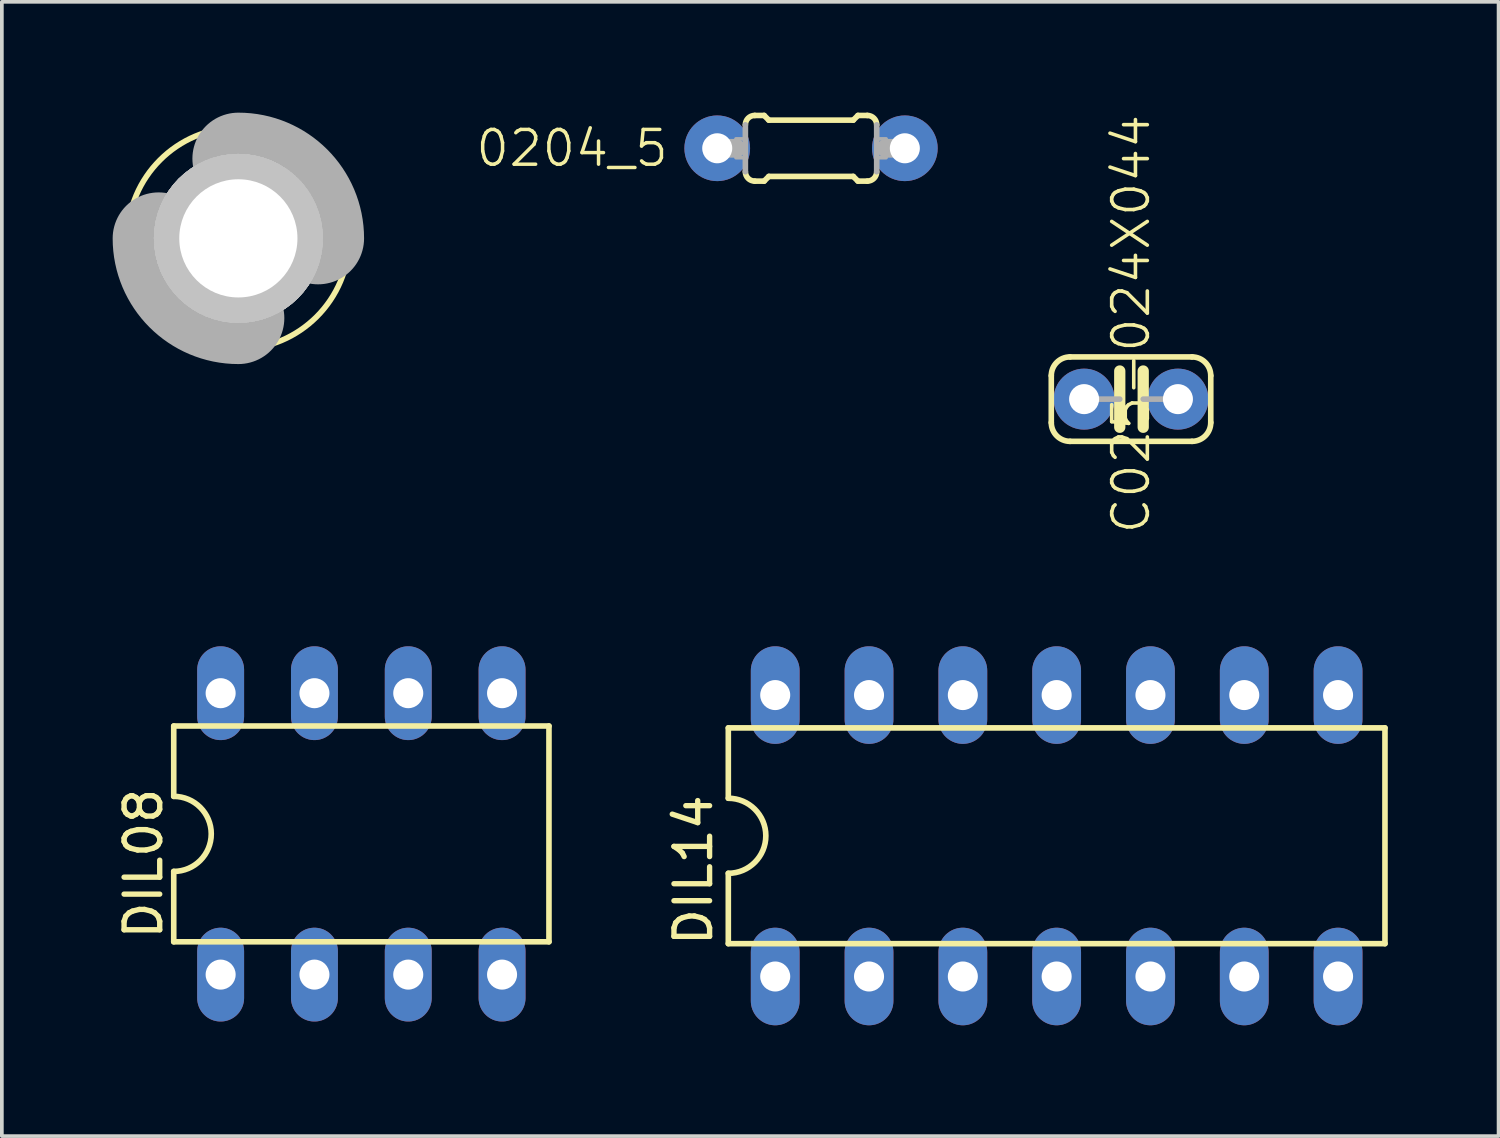
<source format=kicad_pcb>
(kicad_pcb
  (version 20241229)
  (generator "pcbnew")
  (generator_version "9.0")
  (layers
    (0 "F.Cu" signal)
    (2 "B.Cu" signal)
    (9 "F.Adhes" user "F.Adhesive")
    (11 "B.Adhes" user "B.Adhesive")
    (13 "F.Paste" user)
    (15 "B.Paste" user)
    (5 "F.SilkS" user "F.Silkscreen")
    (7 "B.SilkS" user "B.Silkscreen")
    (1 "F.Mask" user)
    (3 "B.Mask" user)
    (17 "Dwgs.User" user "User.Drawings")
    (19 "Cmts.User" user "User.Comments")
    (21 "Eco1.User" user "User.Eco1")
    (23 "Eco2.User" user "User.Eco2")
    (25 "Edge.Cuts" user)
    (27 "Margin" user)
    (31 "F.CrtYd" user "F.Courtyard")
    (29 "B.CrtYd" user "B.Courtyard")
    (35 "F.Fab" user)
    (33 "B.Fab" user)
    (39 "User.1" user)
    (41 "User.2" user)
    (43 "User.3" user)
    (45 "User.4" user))
  (footprint "3,2"
    (layer "F.Cu")
    (at 3.404 3.404)
    (property "Reference" "3,2" (at 0 0 0) (layer "F.SilkS") (effects (font (size 1.27 1.27) (thickness 0.15))))
    (attr through_hole)
    (fp_circle (center 0 0) (end 1.7 0) (stroke (width 0.203) (type solid)) (fill no) (layer "F.SilkS"))
    (fp_circle (center 0 0) (end 3 0) (stroke (width 0.152) (type solid)) (fill no) (layer "F.SilkS"))
    (fp_circle (center 0 0) (end 1.27 0) (stroke (width 2.032) (type solid)) (fill no) (layer "Dwgs.User"))
    (fp_circle (center 0 0) (end 1.27 0) (stroke (width 2.032) (type solid)) (fill no) (layer "Dwgs.User"))
    (fp_circle (center 0 0) (end 1.27 0) (stroke (width 2.032) (type solid)) (fill no) (layer "Dwgs.User"))
    (fp_circle (center 0 0) (end 1.27 0) (stroke (width 2.032) (type solid)) (fill no) (layer "Dwgs.User"))
    (fp_circle (center 0 0) (end 1.27 0) (stroke (width 2.032) (type solid)) (fill no) (layer "Dwgs.User"))
    (fp_arc (start 0 -2.159) (mid 1.526644 -1.526644) (end 2.159 0) (stroke (width 2.4892) (type solid)) (layer "F.Fab"))
    (fp_arc (start 0 2.159) (mid -1.526644 1.526644) (end -2.159 0) (stroke (width 2.4892) (type solid)) (layer "F.Fab"))
    (fp_circle (center 0 0) (end 0.762 0) (stroke (width 0.457) (type solid)) (fill no) (layer "F.Fab"))
    (pad "" np_thru_hole circle (at 0 0) (size 3.2 3.2) (drill 3.2) (layers "*.Cu" "*.Mask")))
  (footprint "DIL08"
    (layer "F.Cu")
    (at 6.734 19.529)
    (property "Reference" "DIL08" (at -5.334 2.921 90) (layer "F.SilkS") (effects (font (size 0.965 0.965) (thickness 0.145)) (justify left bottom)))
    (attr through_hole)
    (fp_line (start -5.08 -2.921) (end -5.08 -1.016) (stroke (width 0.152) (type solid)) (layer "F.SilkS"))
    (fp_line (start -5.08 2.921) (end -5.08 1.016) (stroke (width 0.152) (type solid)) (layer "F.SilkS"))
    (fp_line (start -5.08 2.921) (end 5.08 2.921) (stroke (width 0.152) (type solid)) (layer "F.SilkS"))
    (fp_line (start 5.08 -2.921) (end -5.08 -2.921) (stroke (width 0.152) (type solid)) (layer "F.SilkS"))
    (fp_line (start 5.08 -2.921) (end 5.08 2.921) (stroke (width 0.152) (type solid)) (layer "F.SilkS"))
    (fp_arc (start -5.08 -1.016) (mid -4.064 0) (end -5.08 1.016) (stroke (width 0.1524) (type solid)) (layer "F.SilkS"))
    (pad "1" thru_hole oval (at -3.81 3.81 90) (size 2.54 1.27) (drill 0.813) (layers "*.Cu" "*.Mask"))
    (pad "2" thru_hole oval (at -1.27 3.81 90) (size 2.54 1.27) (drill 0.813) (layers "*.Cu" "*.Mask"))
    (pad "3" thru_hole oval (at 1.27 3.81 90) (size 2.54 1.27) (drill 0.813) (layers "*.Cu" "*.Mask"))
    (pad "4" thru_hole oval (at 3.81 3.81 90) (size 2.54 1.27) (drill 0.813) (layers "*.Cu" "*.Mask"))
    (pad "5" thru_hole oval (at 3.81 -3.81 90) (size 2.54 1.27) (drill 0.813) (layers "*.Cu" "*.Mask"))
    (pad "6" thru_hole oval (at 1.27 -3.81 90) (size 2.54 1.27) (drill 0.813) (layers "*.Cu" "*.Mask"))
    (pad "7" thru_hole oval (at -1.27 -3.81 90) (size 2.54 1.27) (drill 0.813) (layers "*.Cu" "*.Mask"))
    (pad "8" thru_hole oval (at -3.81 -3.81 90) (size 2.54 1.27) (drill 0.813) (layers "*.Cu" "*.Mask")))
  (footprint "0204_5"
    (layer "F.Cu")
    (at 18.91 0.965)
    (property "Reference" "0204_5" (at -3.81 0 180) (layer "F.SilkS") (effects (font (size 0.941 0.941) (thickness 0.094)) (justify right)))
    (attr through_hole)
    (fp_line (start -1.524 -0.889) (end -1.27 -0.889) (stroke (width 0.152) (type solid)) (layer "F.SilkS"))
    (fp_line (start -1.524 0.889) (end -1.27 0.889) (stroke (width 0.152) (type solid)) (layer "F.SilkS"))
    (fp_line (start -1.143 -0.762) (end -1.27 -0.889) (stroke (width 0.152) (type solid)) (layer "F.SilkS"))
    (fp_line (start -1.143 0.762) (end -1.27 0.889) (stroke (width 0.152) (type solid)) (layer "F.SilkS"))
    (fp_line (start 1.143 -0.762) (end -1.143 -0.762) (stroke (width 0.152) (type solid)) (layer "F.SilkS"))
    (fp_line (start 1.143 -0.762) (end 1.27 -0.889) (stroke (width 0.152) (type solid)) (layer "F.SilkS"))
    (fp_line (start 1.143 0.762) (end -1.143 0.762) (stroke (width 0.152) (type solid)) (layer "F.SilkS"))
    (fp_line (start 1.143 0.762) (end 1.27 0.889) (stroke (width 0.152) (type solid)) (layer "F.SilkS"))
    (fp_line (start 1.524 -0.889) (end 1.27 -0.889) (stroke (width 0.152) (type solid)) (layer "F.SilkS"))
    (fp_line (start 1.524 0.889) (end 1.27 0.889) (stroke (width 0.152) (type solid)) (layer "F.SilkS"))
    (fp_arc (start -1.778 -0.635) (mid -1.703605 -0.814605) (end -1.524 -0.889) (stroke (width 0.1524) (type solid)) (layer "F.SilkS"))
    (fp_arc (start -1.524 0.889) (mid -1.703605 0.814605) (end -1.778 0.635) (stroke (width 0.1524) (type solid)) (layer "F.SilkS"))
    (fp_arc (start 1.524 -0.889) (mid 1.703605 -0.814605) (end 1.778 -0.635) (stroke (width 0.1524) (type solid)) (layer "F.SilkS"))
    (fp_arc (start 1.778 0.635) (mid 1.703605 0.814605) (end 1.524 0.889) (stroke (width 0.1524) (type solid)) (layer "F.SilkS"))
    (fp_line (start -2.54 0) (end -2.032 0) (stroke (width 0.508) (type solid)) (layer "F.Fab"))
    (fp_line (start -1.778 0.635) (end -1.778 -0.635) (stroke (width 0.152) (type solid)) (layer "F.Fab"))
    (fp_line (start 1.778 0.635) (end 1.778 -0.635) (stroke (width 0.152) (type solid)) (layer "F.Fab"))
    (fp_line (start 2.54 0) (end 2.032 0) (stroke (width 0.508) (type solid)) (layer "F.Fab"))
    (fp_poly (pts (xy -2.032 0.254) (xy -1.778 0.254) (xy -1.778 -0.254) (xy -2.032 -0.254)) (stroke (width 0.1) (type solid)) (fill no) (layer "F.Fab"))
    (fp_poly (pts (xy 1.778 0.254) (xy 2.032 0.254) (xy 2.032 -0.254) (xy 1.778 -0.254)) (stroke (width 0.1) (type solid)) (fill no) (layer "F.Fab"))
    (pad "1" thru_hole circle (at -2.54 0) (size 1.778 1.778) (drill 0.813) (layers "*.Cu" "*.Mask"))
    (pad "2" thru_hole circle (at 2.54 0) (size 1.778 1.778) (drill 0.813) (layers "*.Cu" "*.Mask")))
  (footprint "C025-024X044"
    (layer "F.Cu")
    (at 27.574 7.757)
    (property "Reference" "C025-024X044" (at 0 -2.032 90) (layer "F.SilkS") (effects (font (size 0.965 0.965) (thickness 0.097))))
    (attr through_hole)
    (fp_line (start -2.159 0.635) (end -2.159 -0.635) (stroke (width 0.152) (type solid)) (layer "F.SilkS"))
    (fp_line (start -0.305 -0.762) (end -0.305 0.762) (stroke (width 0.305) (type solid)) (layer "F.SilkS"))
    (fp_line (start 0.33 -0.762) (end 0.33 0.762) (stroke (width 0.305) (type solid)) (layer "F.SilkS"))
    (fp_line (start 1.651 -1.143) (end -1.651 -1.143) (stroke (width 0.152) (type solid)) (layer "F.SilkS"))
    (fp_line (start 1.651 1.143) (end -1.651 1.143) (stroke (width 0.152) (type solid)) (layer "F.SilkS"))
    (fp_line (start 2.159 0.635) (end 2.159 -0.635) (stroke (width 0.152) (type solid)) (layer "F.SilkS"))
    (fp_arc (start -2.159 -0.635) (mid -2.01021 -0.99421) (end -1.651 -1.143) (stroke (width 0.1524) (type solid)) (layer "F.SilkS"))
    (fp_arc (start -1.651 1.143) (mid -2.01021 0.99421) (end -2.159 0.635) (stroke (width 0.1524) (type solid)) (layer "F.SilkS"))
    (fp_arc (start 1.651 -1.143) (mid 2.01021 -0.99421) (end 2.159 -0.635) (stroke (width 0.1524) (type solid)) (layer "F.SilkS"))
    (fp_arc (start 2.159 0.635) (mid 2.01021 0.99421) (end 1.651 1.143) (stroke (width 0.1524) (type solid)) (layer "F.SilkS"))
    (fp_line (start -1.27 0) (end -0.305 0) (stroke (width 0.152) (type solid)) (layer "F.Fab"))
    (fp_line (start 1.27 0) (end 0.33 0) (stroke (width 0.152) (type solid)) (layer "F.Fab"))
    (pad "1" thru_hole circle (at -1.27 0) (size 1.651 1.651) (drill 0.813) (layers "*.Cu" "*.Mask"))
    (pad "2" thru_hole circle (at 1.27 0) (size 1.651 1.651) (drill 0.813) (layers "*.Cu" "*.Mask")))
  (footprint "DIL14"
    (layer "F.Cu")
    (at 25.56 19.58)
    (property "Reference" "DIL14" (at -9.271 3.048 90) (layer "F.SilkS") (effects (font (size 0.965 0.965) (thickness 0.145)) (justify left bottom)))
    (attr through_hole)
    (fp_line (start -8.89 -2.921) (end -8.89 -1.016) (stroke (width 0.152) (type solid)) (layer "F.SilkS"))
    (fp_line (start -8.89 2.921) (end -8.89 1.016) (stroke (width 0.152) (type solid)) (layer "F.SilkS"))
    (fp_line (start -8.89 2.921) (end 8.89 2.921) (stroke (width 0.152) (type solid)) (layer "F.SilkS"))
    (fp_line (start 8.89 -2.921) (end -8.89 -2.921) (stroke (width 0.152) (type solid)) (layer "F.SilkS"))
    (fp_line (start 8.89 -2.921) (end 8.89 2.921) (stroke (width 0.152) (type solid)) (layer "F.SilkS"))
    (fp_arc (start -8.89 -1.016) (mid -7.874 0) (end -8.89 1.016) (stroke (width 0.1524) (type solid)) (layer "F.SilkS"))
    (pad "1" thru_hole oval (at -7.62 3.81 90) (size 2.642 1.321) (drill 0.813) (layers "*.Cu" "*.Mask"))
    (pad "2" thru_hole oval (at -5.08 3.81 90) (size 2.642 1.321) (drill 0.813) (layers "*.Cu" "*.Mask"))
    (pad "3" thru_hole oval (at -2.54 3.81 90) (size 2.642 1.321) (drill 0.813) (layers "*.Cu" "*.Mask"))
    (pad "4" thru_hole oval (at 0 3.81 90) (size 2.642 1.321) (drill 0.813) (layers "*.Cu" "*.Mask"))
    (pad "5" thru_hole oval (at 2.54 3.81 90) (size 2.642 1.321) (drill 0.813) (layers "*.Cu" "*.Mask"))
    (pad "6" thru_hole oval (at 5.08 3.81 90) (size 2.642 1.321) (drill 0.813) (layers "*.Cu" "*.Mask"))
    (pad "7" thru_hole oval (at 7.62 3.81 90) (size 2.642 1.321) (drill 0.813) (layers "*.Cu" "*.Mask"))
    (pad "8" thru_hole oval (at 7.62 -3.81 90) (size 2.642 1.321) (drill 0.813) (layers "*.Cu" "*.Mask"))
    (pad "9" thru_hole oval (at 5.08 -3.81 90) (size 2.642 1.321) (drill 0.813) (layers "*.Cu" "*.Mask"))
    (pad "10" thru_hole oval (at 2.54 -3.81 90) (size 2.642 1.321) (drill 0.813) (layers "*.Cu" "*.Mask"))
    (pad "11" thru_hole oval (at 0 -3.81 90) (size 2.642 1.321) (drill 0.813) (layers "*.Cu" "*.Mask"))
    (pad "12" thru_hole oval (at -2.54 -3.81 90) (size 2.642 1.321) (drill 0.813) (layers "*.Cu" "*.Mask"))
    (pad "13" thru_hole oval (at -5.08 -3.81 90) (size 2.642 1.321) (drill 0.813) (layers "*.Cu" "*.Mask"))
    (pad "14" thru_hole oval (at -7.62 -3.81 90) (size 2.642 1.321) (drill 0.813) (layers "*.Cu" "*.Mask")))
  (gr_rect
    (start -3 -3)
    (end 37.526 27.711)
    (stroke (width 0.1) (type default))
    (fill no)
    (layer "Edge.Cuts")))
</source>
